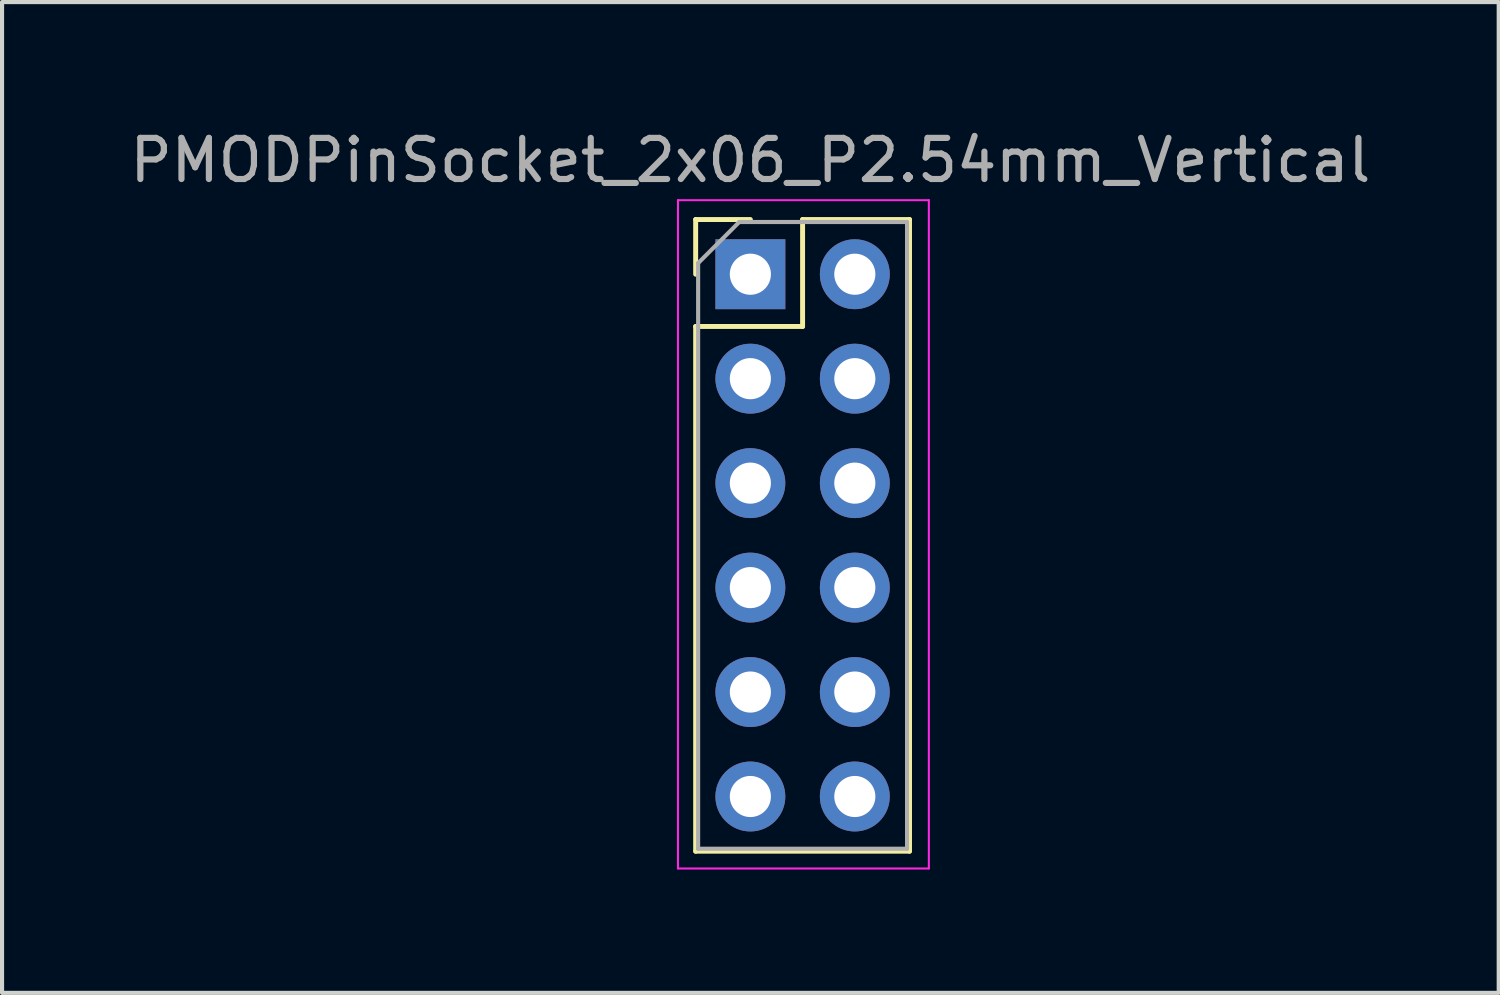
<source format=kicad_pcb>
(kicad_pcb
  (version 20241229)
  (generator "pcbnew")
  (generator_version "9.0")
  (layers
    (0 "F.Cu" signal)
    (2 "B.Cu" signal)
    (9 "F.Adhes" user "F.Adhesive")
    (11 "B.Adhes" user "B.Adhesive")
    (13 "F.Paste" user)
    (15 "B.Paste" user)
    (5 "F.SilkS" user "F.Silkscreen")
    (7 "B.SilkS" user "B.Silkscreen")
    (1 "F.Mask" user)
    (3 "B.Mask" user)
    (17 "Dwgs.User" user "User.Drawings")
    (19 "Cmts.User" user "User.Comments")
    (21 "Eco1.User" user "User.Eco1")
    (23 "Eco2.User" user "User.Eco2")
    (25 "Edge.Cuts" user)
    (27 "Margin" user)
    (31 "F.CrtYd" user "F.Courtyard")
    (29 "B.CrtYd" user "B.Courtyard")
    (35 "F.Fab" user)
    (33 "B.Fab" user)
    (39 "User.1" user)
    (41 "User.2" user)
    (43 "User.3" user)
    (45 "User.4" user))
  (footprint "PMODPinSocket_2x06_P2.54mm_Vertical"
    (layer "F.Cu")
    (at 15.196 3.618)
    (property "Reference" "PMODPinSocket_2x06_P2.54mm_Vertical" (at 0 -2.77 0) (layer "F.Fab") (effects (font (size 1 1) (thickness 0.15))))
    (attr through_hole)
    (fp_line (start -1.33 -1.33) (end -1.33 0) (stroke (width 0.12) (type solid)) (layer "F.SilkS"))
    (fp_line (start -1.33 1.27) (end -1.33 14.03) (stroke (width 0.12) (type solid)) (layer "F.SilkS"))
    (fp_line (start 0 -1.33) (end -1.33 -1.33) (stroke (width 0.12) (type solid)) (layer "F.SilkS"))
    (fp_line (start 1.27 -1.33) (end 1.27 1.27) (stroke (width 0.12) (type solid)) (layer "F.SilkS"))
    (fp_line (start 1.27 1.27) (end -1.33 1.27) (stroke (width 0.12) (type solid)) (layer "F.SilkS"))
    (fp_line (start 3.87 -1.33) (end 1.27 -1.33) (stroke (width 0.12) (type solid)) (layer "F.SilkS"))
    (fp_line (start 3.87 -1.33) (end 3.87 14.03) (stroke (width 0.12) (type solid)) (layer "F.SilkS"))
    (fp_line (start 3.87 14.03) (end -1.33 14.03) (stroke (width 0.12) (type solid)) (layer "F.SilkS"))
    (fp_line (start -1.76 -1.8) (end -1.76 14.45) (stroke (width 0.05) (type solid)) (layer "F.CrtYd"))
    (fp_line (start -1.76 14.45) (end 4.34 14.45) (stroke (width 0.05) (type solid)) (layer "F.CrtYd"))
    (fp_line (start 4.34 -1.8) (end -1.76 -1.8) (stroke (width 0.05) (type solid)) (layer "F.CrtYd"))
    (fp_line (start 4.34 14.45) (end 4.34 -1.8) (stroke (width 0.05) (type solid)) (layer "F.CrtYd"))
    (fp_line (start -1.27 -0.27) (end -1.27 13.97) (stroke (width 0.1) (type solid)) (layer "F.Fab"))
    (fp_line (start -1.27 13.97) (end 3.81 13.97) (stroke (width 0.1) (type solid)) (layer "F.Fab"))
    (fp_line (start -0.27 -1.27) (end -1.27 -0.27) (stroke (width 0.1) (type solid)) (layer "F.Fab"))
    (fp_line (start 3.81 -1.27) (end -0.27 -1.27) (stroke (width 0.1) (type solid)) (layer "F.Fab"))
    (fp_line (start 3.81 13.97) (end 3.81 -1.27) (stroke (width 0.1) (type solid)) (layer "F.Fab"))
    (pad "1" thru_hole rect (at 0 0) (size 1.7 1.7) (drill 1) (layers "*.Cu" "*.Mask"))
    (pad "2" thru_hole oval (at 0 2.54) (size 1.7 1.7) (drill 1) (layers "*.Cu" "*.Mask"))
    (pad "3" thru_hole oval (at 0 5.08) (size 1.7 1.7) (drill 1) (layers "*.Cu" "*.Mask"))
    (pad "4" thru_hole oval (at 0 7.62) (size 1.7 1.7) (drill 1) (layers "*.Cu" "*.Mask"))
    (pad "5" thru_hole oval (at 0 10.16) (size 1.7 1.7) (drill 1) (layers "*.Cu" "*.Mask"))
    (pad "6" thru_hole oval (at 0 12.7) (size 1.7 1.7) (drill 1) (layers "*.Cu" "*.Mask"))
    (pad "7" thru_hole oval (at 2.54 0) (size 1.7 1.7) (drill 1) (layers "*.Cu" "*.Mask"))
    (pad "8" thru_hole oval (at 2.54 2.54) (size 1.7 1.7) (drill 1) (layers "*.Cu" "*.Mask"))
    (pad "9" thru_hole oval (at 2.54 5.08) (size 1.7 1.7) (drill 1) (layers "*.Cu" "*.Mask"))
    (pad "10" thru_hole oval (at 2.54 7.62) (size 1.7 1.7) (drill 1) (layers "*.Cu" "*.Mask"))
    (pad "11" thru_hole oval (at 2.54 10.16) (size 1.7 1.7) (drill 1) (layers "*.Cu" "*.Mask"))
    (pad "12" thru_hole oval (at 2.54 12.7) (size 1.7 1.7) (drill 1) (layers "*.Cu" "*.Mask")))
  (gr_rect
    (start -3 -3)
    (end 33.393 21.093)
    (stroke (width 0.1) (type default))
    (fill no)
    (layer "Edge.Cuts")))
</source>
